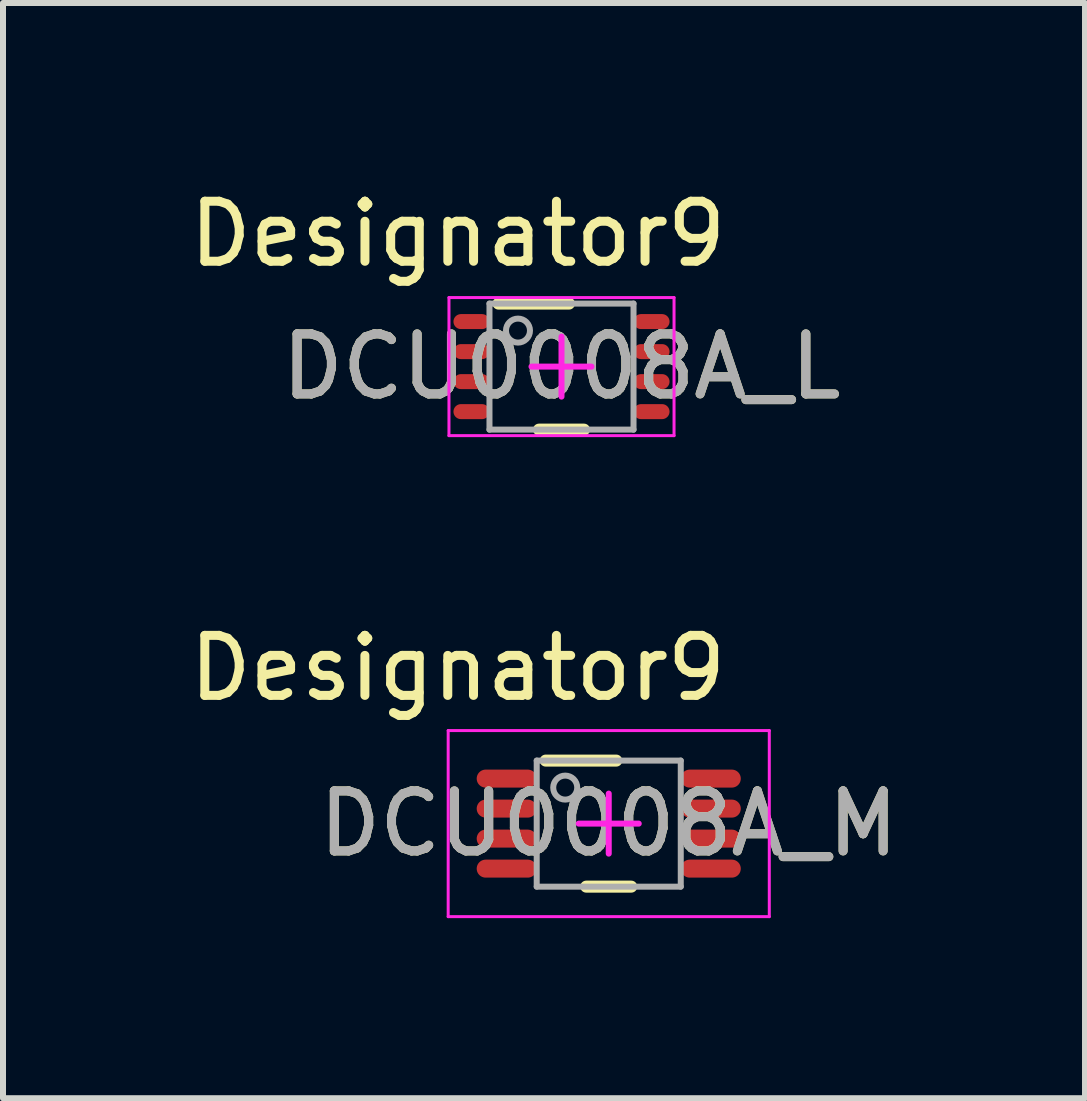
<source format=kicad_pcb>
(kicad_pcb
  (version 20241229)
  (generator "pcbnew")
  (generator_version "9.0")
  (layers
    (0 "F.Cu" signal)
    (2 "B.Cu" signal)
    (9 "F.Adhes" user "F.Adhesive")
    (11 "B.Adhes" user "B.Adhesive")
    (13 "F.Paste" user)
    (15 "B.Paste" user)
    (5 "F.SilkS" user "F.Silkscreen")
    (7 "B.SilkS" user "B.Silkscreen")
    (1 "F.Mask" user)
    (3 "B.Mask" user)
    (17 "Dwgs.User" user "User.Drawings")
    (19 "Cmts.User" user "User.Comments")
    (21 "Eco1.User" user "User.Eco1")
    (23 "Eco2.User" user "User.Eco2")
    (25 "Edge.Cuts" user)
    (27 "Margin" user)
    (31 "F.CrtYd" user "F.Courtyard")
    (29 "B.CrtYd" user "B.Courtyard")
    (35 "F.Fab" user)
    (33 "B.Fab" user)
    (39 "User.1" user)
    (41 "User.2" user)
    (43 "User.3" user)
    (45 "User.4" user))
  (footprint "DCU0008A_M"
    (layer "F.Cu")
    (at 7.092 10.672)
    (property "Reference" "DCU0008A_M" (at 0 0 0) (unlocked yes) (layer "F.SilkS") (effects (font (size 1 1) (thickness 0.15))))
    (attr smd)
    (fp_line (start -1.05 -1.05) (end 0.125 -1.05) (stroke (width 0.2) (type solid)) (layer "F.SilkS"))
    (fp_line (start -0.375 1.05) (end 0.375 1.05) (stroke (width 0.2) (type solid)) (layer "F.SilkS"))
    (fp_line (start -2.675 -1.55) (end 2.675 -1.55) (stroke (width 0.05) (type solid)) (layer "F.CrtYd"))
    (fp_line (start -2.675 1.55) (end -2.675 -1.55) (stroke (width 0.05) (type solid)) (layer "F.CrtYd"))
    (fp_line (start -2.675 1.55) (end 2.675 1.55) (stroke (width 0.05) (type solid)) (layer "F.CrtYd"))
    (fp_line (start -0.5 0) (end 0.5 0) (stroke (width 0.1) (type solid)) (layer "F.CrtYd"))
    (fp_line (start -0.000003 0.5) (end -0.000003 -0.5) (stroke (width 0.1) (type solid)) (layer "F.CrtYd"))
    (fp_line (start 2.675 1.55) (end 2.675 -1.55) (stroke (width 0.05) (type solid)) (layer "F.CrtYd"))
    (fp_line (start -1.2 -1.05) (end 1.2 -1.05) (stroke (width 0.1) (type solid)) (layer "F.Fab"))
    (fp_line (start -1.2 1.05) (end -1.2 -1.05) (stroke (width 0.1) (type solid)) (layer "F.Fab"))
    (fp_line (start -1.2 1.05) (end 1.2 1.05) (stroke (width 0.1) (type solid)) (layer "F.Fab"))
    (fp_line (start 1.2 1.05) (end 1.2 -1.05) (stroke (width 0.1) (type solid)) (layer "F.Fab"))
    (fp_circle (center -0.725 -0.6) (end -0.525 -0.6) (stroke (width 0.1) (type solid)) (fill no) (layer "F.Fab"))
    (fp_text user "Designator9" (at -2.515 -2.591 0) (unlocked yes) (layer "F.SilkS") (effects (font (size 1 1) (thickness 0.15))))
    (fp_text user "${REFERENCE}" (at 0 0 0) (unlocked yes) (layer "F.Fab") (effects (font (size 1 1) (thickness 0.15))))
    (pad "1" smd oval (at -1.7 -0.75 90) (size 0.3 1) (layers "F.Cu" "F.Mask" "F.Paste"))
    (pad "2" smd oval (at -1.7 -0.25 90) (size 0.3 1) (layers "F.Cu" "F.Mask" "F.Paste"))
    (pad "3" smd oval (at -1.7 0.25 90) (size 0.3 1) (layers "F.Cu" "F.Mask" "F.Paste"))
    (pad "4" smd oval (at -1.7 0.75 90) (size 0.3 1) (layers "F.Cu" "F.Mask" "F.Paste"))
    (pad "5" smd oval (at 1.7 0.75 90) (size 0.3 1) (layers "F.Cu" "F.Mask" "F.Paste"))
    (pad "6" smd oval (at 1.7 0.25 90) (size 0.3 1) (layers "F.Cu" "F.Mask" "F.Paste"))
    (pad "7" smd oval (at 1.7 -0.25 90) (size 0.3 1) (layers "F.Cu" "F.Mask" "F.Paste"))
    (pad "8" smd oval (at 1.7 -0.75 90) (size 0.3 1) (layers "F.Cu" "F.Mask" "F.Paste")))
  (footprint "DCU0008A_L"
    (layer "F.Cu")
    (at 6.305 3.058)
    (property "Reference" "DCU0008A_L" (at 0 0 0) (unlocked yes) (layer "F.SilkS") (effects (font (size 1 1) (thickness 0.15))))
    (attr smd)
    (fp_line (start -1.05 -1.05) (end 0.125 -1.05) (stroke (width 0.2) (type solid)) (layer "F.SilkS"))
    (fp_line (start -0.375 1.05) (end 0.375 1.05) (stroke (width 0.2) (type solid)) (layer "F.SilkS"))
    (fp_line (start -1.875 -1.15) (end 1.875 -1.15) (stroke (width 0.05) (type solid)) (layer "F.CrtYd"))
    (fp_line (start -1.875 1.15) (end -1.875 -1.15) (stroke (width 0.05) (type solid)) (layer "F.CrtYd"))
    (fp_line (start -1.875 1.15) (end 1.875 1.15) (stroke (width 0.05) (type solid)) (layer "F.CrtYd"))
    (fp_line (start -0.5 0) (end 0.5 0) (stroke (width 0.1) (type solid)) (layer "F.CrtYd"))
    (fp_line (start 0 0.5) (end 0 -0.5) (stroke (width 0.1) (type solid)) (layer "F.CrtYd"))
    (fp_line (start 1.875 1.15) (end 1.875 -1.15) (stroke (width 0.05) (type solid)) (layer "F.CrtYd"))
    (fp_line (start -1.2 -1.05) (end 1.2 -1.05) (stroke (width 0.1) (type solid)) (layer "F.Fab"))
    (fp_line (start -1.2 1.05) (end -1.2 -1.05) (stroke (width 0.1) (type solid)) (layer "F.Fab"))
    (fp_line (start -1.2 1.05) (end 1.2 1.05) (stroke (width 0.1) (type solid)) (layer "F.Fab"))
    (fp_line (start 1.2 1.05) (end 1.2 -1.05) (stroke (width 0.1) (type solid)) (layer "F.Fab"))
    (fp_circle (center -0.725 -0.6) (end -0.525 -0.6) (stroke (width 0.1) (type solid)) (fill no) (layer "F.Fab"))
    (fp_text user "Designator9" (at -1.727 -2.21 0) (unlocked yes) (layer "F.SilkS") (effects (font (size 1 1) (thickness 0.15))))
    (fp_text user "${REFERENCE}" (at 0 0 0) (unlocked yes) (layer "F.Fab") (effects (font (size 1 1) (thickness 0.15))))
    (pad "1" smd oval (at -1.5 -0.75 90) (size 0.25 0.6) (layers "F.Cu" "F.Mask" "F.Paste"))
    (pad "2" smd oval (at -1.5 -0.25 90) (size 0.25 0.6) (layers "F.Cu" "F.Mask" "F.Paste"))
    (pad "3" smd oval (at -1.5 0.25 90) (size 0.25 0.6) (layers "F.Cu" "F.Mask" "F.Paste"))
    (pad "4" smd oval (at -1.5 0.75 90) (size 0.25 0.6) (layers "F.Cu" "F.Mask" "F.Paste"))
    (pad "5" smd oval (at 1.5 0.75 90) (size 0.25 0.6) (layers "F.Cu" "F.Mask" "F.Paste"))
    (pad "6" smd oval (at 1.5 0.25 90) (size 0.25 0.6) (layers "F.Cu" "F.Mask" "F.Paste"))
    (pad "7" smd oval (at 1.5 -0.25 90) (size 0.25 0.6) (layers "F.Cu" "F.Mask" "F.Paste"))
    (pad "8" smd oval (at 1.5 -0.75 90) (size 0.25 0.6) (layers "F.Cu" "F.Mask" "F.Paste")))
  (gr_rect
    (start -3 -3)
    (end 15.027 15.247)
    (stroke (width 0.1) (type default))
    (fill no)
    (layer "Edge.Cuts")))
</source>
